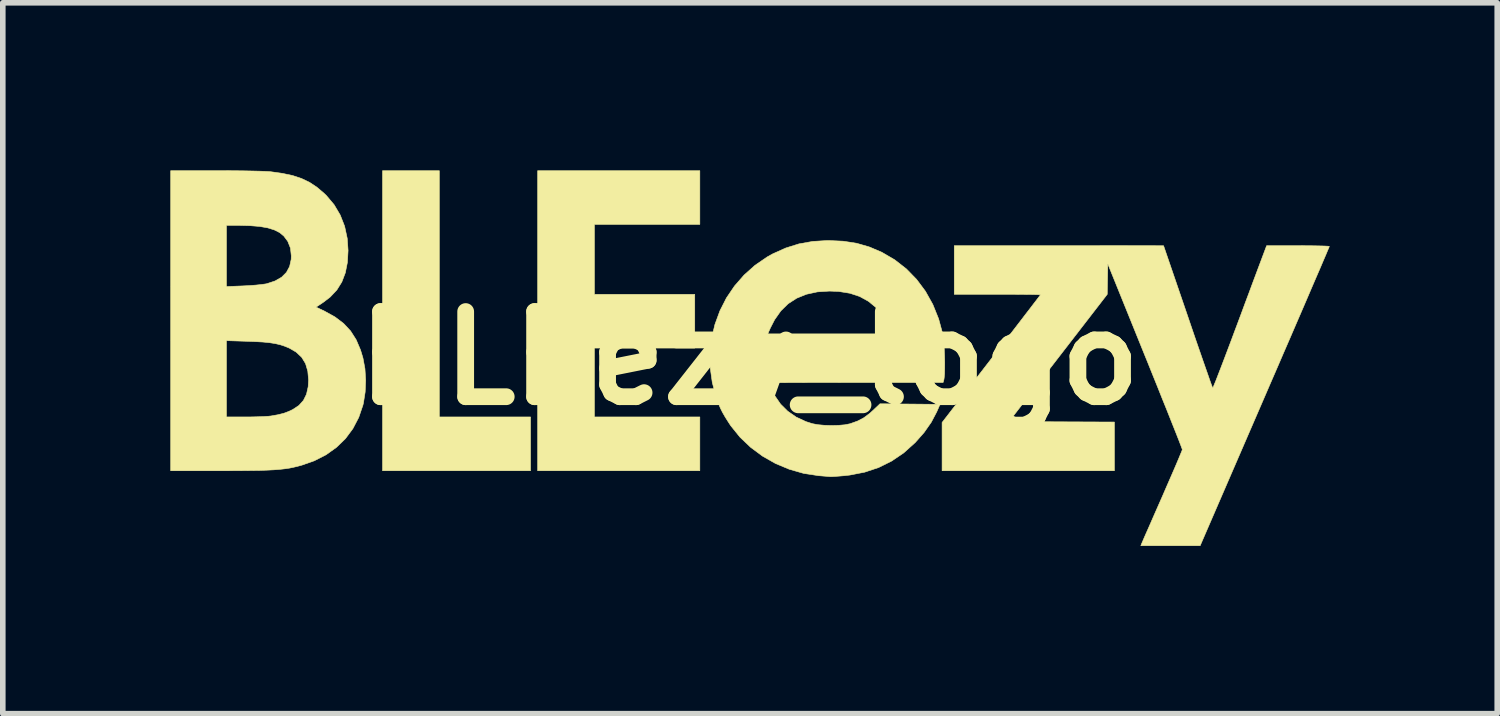
<source format=kicad_pcb>
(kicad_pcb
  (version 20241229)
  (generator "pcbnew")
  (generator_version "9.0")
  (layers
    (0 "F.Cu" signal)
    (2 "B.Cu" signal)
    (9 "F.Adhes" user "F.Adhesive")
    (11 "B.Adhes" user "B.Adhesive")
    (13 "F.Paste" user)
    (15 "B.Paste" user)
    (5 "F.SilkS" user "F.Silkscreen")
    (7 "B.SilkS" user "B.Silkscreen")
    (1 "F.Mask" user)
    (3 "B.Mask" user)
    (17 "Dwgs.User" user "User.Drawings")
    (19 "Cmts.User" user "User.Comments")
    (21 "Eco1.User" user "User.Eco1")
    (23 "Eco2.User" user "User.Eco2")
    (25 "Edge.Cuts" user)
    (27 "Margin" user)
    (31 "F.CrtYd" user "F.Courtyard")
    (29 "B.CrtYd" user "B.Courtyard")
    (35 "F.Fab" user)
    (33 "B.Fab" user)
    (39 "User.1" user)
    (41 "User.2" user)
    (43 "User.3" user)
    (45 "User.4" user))
  (footprint "BLEezy_logo"
    (layer "F.Cu")
    (at 10.365 3.361)
    (property "Reference" "BLEezy_logo" (at 0 0 0) (layer "F.SilkS") (effects (font (size 1.524 1.524) (thickness 0.3))))
    (attr through_hole)
    (fp_poly (pts (xy -5.552 1.052) (xy -3.919 1.052) (xy -3.919 2.014) (xy -6.568 2.014) (xy -6.568 -3.356) (xy -5.552 -3.356) (xy -5.552 1.052)) (stroke (width 0.01) (type solid)) (fill yes) (layer "F.SilkS"))
    (fp_poly (pts (xy -0.889 -2.395) (xy -2.776 -2.395) (xy -2.776 -1.143) (xy -0.98 -1.143) (xy -0.98 -0.181) (xy -2.776 -0.181) (xy -2.776 1.052) (xy -0.889 1.052) (xy -0.889 2.014) (xy -3.792 2.014) (xy -3.792 -3.356) (xy -0.889 -3.356) (xy -0.889 -2.395)) (stroke (width 0.01) (type solid)) (fill yes) (layer "F.SilkS"))
    (fp_poly (pts (xy -9.369 -3.356) (xy -9.194 -3.355) (xy -9.031 -3.353) (xy -8.884 -3.35) (xy -8.758 -3.347) (xy -8.657 -3.343) (xy -8.586 -3.339) (xy -8.567 -3.337) (xy -8.356 -3.307) (xy -8.174 -3.268) (xy -8.016 -3.215) (xy -7.874 -3.147) (xy -7.743 -3.06) (xy -7.617 -2.953) (xy -7.574 -2.912) (xy -7.435 -2.747) (xy -7.326 -2.563) (xy -7.247 -2.362) (xy -7.2 -2.144) (xy -7.185 -1.927) (xy -7.197 -1.715) (xy -7.234 -1.529) (xy -7.297 -1.364) (xy -7.387 -1.22) (xy -7.506 -1.094) (xy -7.626 -1.002) (xy -7.758 -0.914) (xy -7.603 -0.84) (xy -7.419 -0.738) (xy -7.266 -0.622) (xy -7.14 -0.487) (xy -7.04 -0.33) (xy -6.962 -0.147) (xy -6.919 -0.005) (xy -6.883 0.188) (xy -6.87 0.396) (xy -6.879 0.605) (xy -6.91 0.802) (xy -6.919 0.84) (xy -6.994 1.06) (xy -7.099 1.261) (xy -7.232 1.44) (xy -7.393 1.596) (xy -7.579 1.729) (xy -7.791 1.837) (xy -8.005 1.912) (xy -8.083 1.934) (xy -8.159 1.952) (xy -8.236 1.968) (xy -8.318 1.98) (xy -8.408 1.99) (xy -8.511 1.998) (xy -8.629 2.004) (xy -8.767 2.009) (xy -8.928 2.011) (xy -9.117 2.013) (xy -9.336 2.014) (xy -9.462 2.014) (xy -10.36 2.014) (xy -10.36 1.052) (xy -9.362 1.052) (xy -9.022 1.052) (xy -8.904 1.051) (xy -8.791 1.048) (xy -8.689 1.044) (xy -8.609 1.039) (xy -8.563 1.034) (xy -8.439 1.012) (xy -8.339 0.987) (xy -8.252 0.955) (xy -8.177 0.92) (xy -8.066 0.847) (xy -7.984 0.756) (xy -7.929 0.645) (xy -7.899 0.511) (xy -7.892 0.39) (xy -7.906 0.232) (xy -7.946 0.097) (xy -8.015 -0.016) (xy -8.114 -0.109) (xy -8.234 -0.179) (xy -8.315 -0.213) (xy -8.397 -0.24) (xy -8.486 -0.261) (xy -8.587 -0.277) (xy -8.708 -0.289) (xy -8.854 -0.297) (xy -8.985 -0.302) (xy -9.362 -0.314) (xy -9.362 1.052) (xy -10.36 1.052) (xy -10.36 -2.377) (xy -9.362 -2.377) (xy -9.362 -1.282) (xy -9.058 -1.294) (xy -8.946 -1.3) (xy -8.838 -1.308) (xy -8.742 -1.318) (xy -8.668 -1.328) (xy -8.64 -1.333) (xy -8.492 -1.382) (xy -8.375 -1.449) (xy -8.288 -1.536) (xy -8.231 -1.642) (xy -8.203 -1.769) (xy -8.201 -1.832) (xy -8.216 -1.97) (xy -8.264 -2.091) (xy -8.335 -2.186) (xy -8.41 -2.248) (xy -8.505 -2.296) (xy -8.624 -2.333) (xy -8.768 -2.358) (xy -8.942 -2.372) (xy -9.139 -2.377) (xy -9.362 -2.377) (xy -10.36 -2.377) (xy -10.36 -3.356) (xy -9.551 -3.356) (xy -9.369 -3.356)) (stroke (width 0.01) (type solid)) (fill yes) (layer "F.SilkS"))
    (fp_poly (pts (xy 9.955 -2.013) (xy 10.081 -2.012) (xy 10.191 -2.01) (xy 10.279 -2.008) (xy 10.341 -2.005) (xy 10.374 -2.002) (xy 10.378 -2) (xy 10.371 -1.982) (xy 10.35 -1.933) (xy 10.317 -1.854) (xy 10.271 -1.747) (xy 10.214 -1.613) (xy 10.146 -1.456) (xy 10.068 -1.275) (xy 9.982 -1.074) (xy 9.887 -0.853) (xy 9.784 -0.615) (xy 9.675 -0.362) (xy 9.559 -0.095) (xy 9.439 0.184) (xy 9.313 0.474) (xy 9.222 0.685) (xy 8.066 3.356) (xy 7.004 3.356) (xy 7.02 3.316) (xy 7.031 3.291) (xy 7.054 3.237) (xy 7.089 3.156) (xy 7.135 3.053) (xy 7.189 2.93) (xy 7.25 2.79) (xy 7.317 2.638) (xy 7.388 2.477) (xy 7.392 2.468) (xy 7.462 2.306) (xy 7.528 2.155) (xy 7.588 2.017) (xy 7.641 1.894) (xy 7.684 1.792) (xy 7.717 1.712) (xy 7.739 1.659) (xy 7.747 1.636) (xy 7.747 1.635) (xy 7.74 1.615) (xy 7.721 1.564) (xy 7.69 1.483) (xy 7.648 1.376) (xy 7.596 1.245) (xy 7.535 1.092) (xy 7.466 0.918) (xy 7.389 0.728) (xy 7.307 0.522) (xy 7.219 0.304) (xy 7.127 0.075) (xy 7.08 -0.04) (xy 6.413 -1.689) (xy 6.408 -1.416) (xy 6.403 -1.143) (xy 5.524 -0.005) (xy 4.645 1.134) (xy 5.588 1.139) (xy 6.531 1.143) (xy 6.531 2.014) (xy 3.447 2.014) (xy 3.447 1.151) (xy 4.327 0.012) (xy 4.465 -0.166) (xy 4.596 -0.336) (xy 4.718 -0.495) (xy 4.831 -0.642) (xy 4.932 -0.774) (xy 5.02 -0.888) (xy 5.093 -0.984) (xy 5.15 -1.058) (xy 5.188 -1.108) (xy 5.206 -1.133) (xy 5.207 -1.135) (xy 5.189 -1.137) (xy 5.139 -1.138) (xy 5.06 -1.14) (xy 4.956 -1.141) (xy 4.831 -1.142) (xy 4.688 -1.143) (xy 4.531 -1.143) (xy 4.436 -1.143) (xy 3.665 -1.143) (xy 3.665 -2.014) (xy 5.538 -2.014) (xy 7.411 -2.013) (xy 7.846 -0.743) (xy 7.916 -0.537) (xy 7.983 -0.341) (xy 8.046 -0.159) (xy 8.104 0.009) (xy 8.156 0.158) (xy 8.201 0.286) (xy 8.237 0.39) (xy 8.265 0.468) (xy 8.284 0.518) (xy 8.291 0.535) (xy 8.299 0.52) (xy 8.318 0.473) (xy 8.349 0.398) (xy 8.388 0.297) (xy 8.436 0.173) (xy 8.491 0.029) (xy 8.552 -0.132) (xy 8.619 -0.309) (xy 8.689 -0.497) (xy 8.726 -0.595) (xy 8.8 -0.793) (xy 8.871 -0.985) (xy 8.939 -1.166) (xy 9.001 -1.334) (xy 9.058 -1.486) (xy 9.107 -1.617) (xy 9.148 -1.726) (xy 9.179 -1.809) (xy 9.199 -1.862) (xy 9.203 -1.873) (xy 9.256 -2.014) (xy 9.817 -2.014) (xy 9.955 -2.013)) (stroke (width 0.01) (type solid)) (fill yes) (layer "F.SilkS"))
    (fp_poly (pts (xy 1.676 -2.094) (xy 1.916 -2.057) (xy 2.142 -1.992) (xy 2.361 -1.899) (xy 2.368 -1.896) (xy 2.599 -1.761) (xy 2.808 -1.598) (xy 2.991 -1.41) (xy 3.149 -1.198) (xy 3.281 -0.962) (xy 3.385 -0.704) (xy 3.458 -0.435) (xy 3.469 -0.365) (xy 3.479 -0.271) (xy 3.486 -0.161) (xy 3.491 -0.043) (xy 3.494 0.075) (xy 3.493 0.186) (xy 3.491 0.281) (xy 3.484 0.354) (xy 3.479 0.386) (xy 3.465 0.435) (xy 1.914 0.435) (xy 1.68 0.435) (xy 1.457 0.436) (xy 1.247 0.436) (xy 1.053 0.436) (xy 0.878 0.437) (xy 0.724 0.437) (xy 0.594 0.438) (xy 0.49 0.438) (xy 0.416 0.439) (xy 0.373 0.439) (xy 0.363 0.44) (xy 0.368 0.458) (xy 0.381 0.499) (xy 0.386 0.517) (xy 0.456 0.677) (xy 0.556 0.822) (xy 0.683 0.948) (xy 0.835 1.054) (xy 1.009 1.135) (xy 1.125 1.172) (xy 1.221 1.19) (xy 1.339 1.201) (xy 1.466 1.205) (xy 1.592 1.202) (xy 1.707 1.192) (xy 1.797 1.174) (xy 1.804 1.172) (xy 1.935 1.125) (xy 2.047 1.066) (xy 2.154 0.986) (xy 2.211 0.934) (xy 2.336 0.816) (xy 3.41 0.826) (xy 3.35 0.963) (xy 3.253 1.147) (xy 3.124 1.331) (xy 2.965 1.511) (xy 2.959 1.516) (xy 2.759 1.696) (xy 2.543 1.842) (xy 2.311 1.957) (xy 2.062 2.04) (xy 1.795 2.092) (xy 1.687 2.104) (xy 1.601 2.111) (xy 1.525 2.117) (xy 1.469 2.12) (xy 1.442 2.12) (xy 1.409 2.117) (xy 1.349 2.112) (xy 1.274 2.106) (xy 1.237 2.103) (xy 0.97 2.062) (xy 0.712 1.988) (xy 0.465 1.885) (xy 0.233 1.753) (xy 0.02 1.595) (xy -0.17 1.414) (xy -0.334 1.211) (xy -0.371 1.155) (xy -0.435 1.054) (xy -0.483 0.97) (xy -0.522 0.892) (xy -0.557 0.807) (xy -0.594 0.704) (xy -0.595 0.699) (xy -0.666 0.436) (xy -0.703 0.172) (xy -0.707 -0.092) (xy -0.678 -0.351) (xy -0.659 -0.435) (xy 0.327 -0.435) (xy 2.526 -0.435) (xy 2.514 -0.485) (xy 2.481 -0.581) (xy 2.427 -0.688) (xy 2.36 -0.793) (xy 2.285 -0.885) (xy 2.267 -0.904) (xy 2.129 -1.018) (xy 1.973 -1.104) (xy 1.798 -1.162) (xy 1.6 -1.194) (xy 1.433 -1.201) (xy 1.214 -1.187) (xy 1.018 -1.144) (xy 0.845 -1.074) (xy 0.692 -0.975) (xy 0.561 -0.847) (xy 0.449 -0.688) (xy 0.373 -0.54) (xy 0.327 -0.435) (xy -0.659 -0.435) (xy -0.619 -0.604) (xy -0.53 -0.847) (xy -0.413 -1.078) (xy -0.268 -1.292) (xy -0.097 -1.488) (xy 0.099 -1.663) (xy 0.318 -1.813) (xy 0.415 -1.867) (xy 0.649 -1.972) (xy 0.885 -2.046) (xy 1.132 -2.09) (xy 1.396 -2.106) (xy 1.416 -2.106) (xy 1.676 -2.094)) (stroke (width 0.01) (type solid)) (fill yes) (layer "F.SilkS")))
  (gr_rect
    (start -3 -3)
    (end 23.748 9.723)
    (stroke (width 0.1) (type default))
    (fill no)
    (layer "Edge.Cuts")))
</source>
